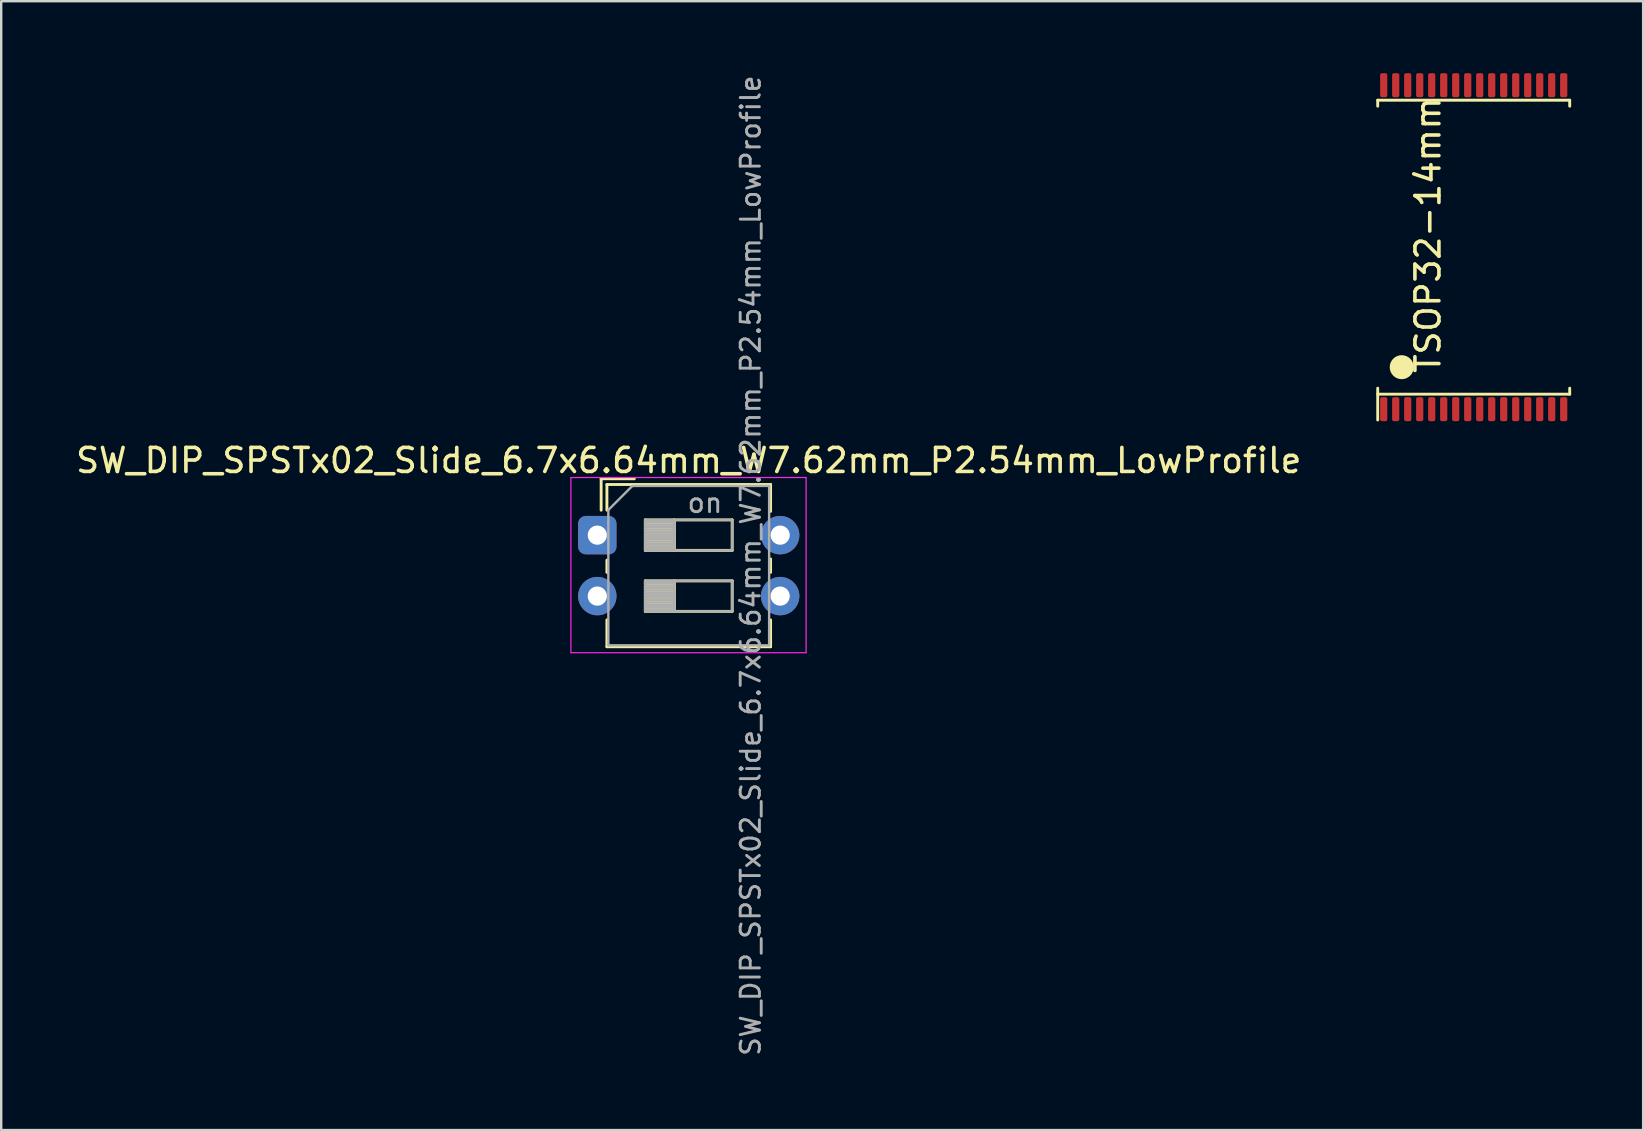
<source format=kicad_pcb>
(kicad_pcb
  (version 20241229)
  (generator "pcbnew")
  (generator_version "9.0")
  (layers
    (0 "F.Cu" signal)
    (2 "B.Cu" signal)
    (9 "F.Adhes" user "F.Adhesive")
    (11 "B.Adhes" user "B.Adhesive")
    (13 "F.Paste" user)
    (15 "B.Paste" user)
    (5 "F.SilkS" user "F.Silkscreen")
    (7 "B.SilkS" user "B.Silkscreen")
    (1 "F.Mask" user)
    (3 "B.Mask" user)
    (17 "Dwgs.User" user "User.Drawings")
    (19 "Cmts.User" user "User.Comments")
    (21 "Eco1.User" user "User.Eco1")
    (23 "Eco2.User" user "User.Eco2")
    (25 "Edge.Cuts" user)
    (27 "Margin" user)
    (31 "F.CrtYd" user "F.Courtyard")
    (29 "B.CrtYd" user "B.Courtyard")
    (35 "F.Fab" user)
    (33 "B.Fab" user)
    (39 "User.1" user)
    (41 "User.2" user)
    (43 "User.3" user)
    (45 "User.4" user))
  (footprint "TSOP32-14mm"
    (layer "F.Cu")
    (at 58.358 7.25)
    (property "Reference" "TSOP32-14mm" (at -1.905 -0.508 90) (layer "F.SilkS") (effects (font (size 1 1) (thickness 0.15))))
    (attr smd)
    (fp_line (start -4 -6.125) (end -4 -5.875) (stroke (width 0.12) (type solid)) (layer "F.SilkS"))
    (fp_line (start -4 6.125) (end 4 6.125) (stroke (width 0.12) (type solid)) (layer "F.SilkS"))
    (fp_line (start -4 7.2) (end -4 5.875) (stroke (width 0.12) (type solid)) (layer "F.SilkS"))
    (fp_line (start 4 -6.125) (end -4 -6.125) (stroke (width 0.12) (type solid)) (layer "F.SilkS"))
    (fp_line (start 4 -6.125) (end 4 -5.875) (stroke (width 0.12) (type solid)) (layer "F.SilkS"))
    (fp_line (start 4 6.125) (end 4 5.875) (stroke (width 0.12) (type solid)) (layer "F.SilkS"))
    (fp_circle (center -3 5) (end -2.75 5) (stroke (width 0.5) (type solid)) (fill no) (layer "F.SilkS"))
    (pad "1" smd roundrect (at -3.75 6.75) (size 0.3 1) (layers "F.Cu" "F.Mask" "F.Paste") (roundrect_rratio 0.25))
    (pad "2" smd roundrect (at -3.25 6.75) (size 0.3 1) (layers "F.Cu" "F.Mask" "F.Paste") (roundrect_rratio 0.25))
    (pad "3" smd roundrect (at -2.75 6.75) (size 0.3 1) (layers "F.Cu" "F.Mask" "F.Paste") (roundrect_rratio 0.25))
    (pad "4" smd roundrect (at -2.25 6.75) (size 0.3 1) (layers "F.Cu" "F.Mask" "F.Paste") (roundrect_rratio 0.25))
    (pad "5" smd roundrect (at -1.75 6.75) (size 0.3 1) (layers "F.Cu" "F.Mask" "F.Paste") (roundrect_rratio 0.25))
    (pad "6" smd roundrect (at -1.25 6.75) (size 0.3 1) (layers "F.Cu" "F.Mask" "F.Paste") (roundrect_rratio 0.25))
    (pad "7" smd roundrect (at -0.75 6.75) (size 0.3 1) (layers "F.Cu" "F.Mask" "F.Paste") (roundrect_rratio 0.25))
    (pad "8" smd roundrect (at -0.25 6.75) (size 0.3 1) (layers "F.Cu" "F.Mask" "F.Paste") (roundrect_rratio 0.25))
    (pad "9" smd roundrect (at 0.25 6.75) (size 0.3 1) (layers "F.Cu" "F.Mask" "F.Paste") (roundrect_rratio 0.25))
    (pad "10" smd roundrect (at 0.75 6.75) (size 0.3 1) (layers "F.Cu" "F.Mask" "F.Paste") (roundrect_rratio 0.25))
    (pad "11" smd roundrect (at 1.25 6.75) (size 0.3 1) (layers "F.Cu" "F.Mask" "F.Paste") (roundrect_rratio 0.25))
    (pad "12" smd roundrect (at 1.75 6.75) (size 0.3 1) (layers "F.Cu" "F.Mask" "F.Paste") (roundrect_rratio 0.25))
    (pad "13" smd roundrect (at 2.25 6.75) (size 0.3 1) (layers "F.Cu" "F.Mask" "F.Paste") (roundrect_rratio 0.25))
    (pad "14" smd roundrect (at 2.75 6.75) (size 0.3 1) (layers "F.Cu" "F.Mask" "F.Paste") (roundrect_rratio 0.25))
    (pad "15" smd roundrect (at 3.25 6.75) (size 0.3 1) (layers "F.Cu" "F.Mask" "F.Paste") (roundrect_rratio 0.25))
    (pad "16" smd roundrect (at 3.75 6.75) (size 0.3 1) (layers "F.Cu" "F.Mask" "F.Paste") (roundrect_rratio 0.25))
    (pad "17" smd roundrect (at 3.75 -6.75) (size 0.3 1) (layers "F.Cu" "F.Mask" "F.Paste") (roundrect_rratio 0.25))
    (pad "18" smd roundrect (at 3.25 -6.75) (size 0.3 1) (layers "F.Cu" "F.Mask" "F.Paste") (roundrect_rratio 0.25))
    (pad "19" smd roundrect (at 2.75 -6.75) (size 0.3 1) (layers "F.Cu" "F.Mask" "F.Paste") (roundrect_rratio 0.25))
    (pad "20" smd roundrect (at 2.25 -6.75) (size 0.3 1) (layers "F.Cu" "F.Mask" "F.Paste") (roundrect_rratio 0.25))
    (pad "21" smd roundrect (at 1.75 -6.75) (size 0.3 1) (layers "F.Cu" "F.Mask" "F.Paste") (roundrect_rratio 0.25))
    (pad "22" smd roundrect (at 1.25 -6.75) (size 0.3 1) (layers "F.Cu" "F.Mask" "F.Paste") (roundrect_rratio 0.25))
    (pad "23" smd roundrect (at 0.75 -6.75) (size 0.3 1) (layers "F.Cu" "F.Mask" "F.Paste") (roundrect_rratio 0.25))
    (pad "24" smd roundrect (at 0.25 -6.75) (size 0.3 1) (layers "F.Cu" "F.Mask" "F.Paste") (roundrect_rratio 0.25))
    (pad "25" smd roundrect (at -0.25 -6.75) (size 0.3 1) (layers "F.Cu" "F.Mask" "F.Paste") (roundrect_rratio 0.25))
    (pad "26" smd roundrect (at -0.75 -6.75) (size 0.3 1) (layers "F.Cu" "F.Mask" "F.Paste") (roundrect_rratio 0.25))
    (pad "27" smd roundrect (at -1.25 -6.75) (size 0.3 1) (layers "F.Cu" "F.Mask" "F.Paste") (roundrect_rratio 0.25))
    (pad "28" smd roundrect (at -1.75 -6.75) (size 0.3 1) (layers "F.Cu" "F.Mask" "F.Paste") (roundrect_rratio 0.25))
    (pad "29" smd roundrect (at -2.25 -6.75) (size 0.3 1) (layers "F.Cu" "F.Mask" "F.Paste") (roundrect_rratio 0.25))
    (pad "30" smd roundrect (at -2.75 -6.75) (size 0.3 1) (layers "F.Cu" "F.Mask" "F.Paste") (roundrect_rratio 0.25))
    (pad "31" smd roundrect (at -3.25 -6.75) (size 0.3 1) (layers "F.Cu" "F.Mask" "F.Paste") (roundrect_rratio 0.25))
    (pad "32" smd roundrect (at -3.75 -6.75) (size 0.3 1) (layers "F.Cu" "F.Mask" "F.Paste") (roundrect_rratio 0.25)))
  (footprint "SW_DIP_SPSTx02_Slide_6.7x6.64mm_W7.62mm_P2.54mm_LowProfile"
    (layer "F.Cu")
    (at 21.839 19.249)
    (property "Reference" "SW_DIP_SPSTx02_Slide_6.7x6.64mm_W7.62mm_P2.54mm_LowProfile" (at 3.81 -3.11 0) (layer "F.SilkS") (effects (font (size 1 1) (thickness 0.15))))
    (attr through_hole)
    (fp_line (start 0.16 -2.35) (end 0.16 -1.04) (stroke (width 0.12) (type solid)) (layer "F.SilkS"))
    (fp_line (start 0.16 -2.35) (end 1.543 -2.35) (stroke (width 0.12) (type solid)) (layer "F.SilkS"))
    (fp_line (start 0.4 -2.11) (end 0.4 -1.04) (stroke (width 0.12) (type solid)) (layer "F.SilkS"))
    (fp_line (start 0.4 -2.11) (end 7.221 -2.11) (stroke (width 0.12) (type solid)) (layer "F.SilkS"))
    (fp_line (start 0.4 1.04) (end 0.4 1.551) (stroke (width 0.12) (type solid)) (layer "F.SilkS"))
    (fp_line (start 0.4 3.53) (end 0.4 4.65) (stroke (width 0.12) (type solid)) (layer "F.SilkS"))
    (fp_line (start 0.4 4.65) (end 7.221 4.65) (stroke (width 0.12) (type solid)) (layer "F.SilkS"))
    (fp_line (start 2 -0.635) (end 2 0.635) (stroke (width 0.12) (type solid)) (layer "F.SilkS"))
    (fp_line (start 2 -0.515) (end 3.207 -0.515) (stroke (width 0.12) (type solid)) (layer "F.SilkS"))
    (fp_line (start 2 -0.395) (end 3.207 -0.395) (stroke (width 0.12) (type solid)) (layer "F.SilkS"))
    (fp_line (start 2 -0.275) (end 3.207 -0.275) (stroke (width 0.12) (type solid)) (layer "F.SilkS"))
    (fp_line (start 2 -0.155) (end 3.207 -0.155) (stroke (width 0.12) (type solid)) (layer "F.SilkS"))
    (fp_line (start 2 -0.035) (end 3.207 -0.035) (stroke (width 0.12) (type solid)) (layer "F.SilkS"))
    (fp_line (start 2 0.085) (end 3.207 0.085) (stroke (width 0.12) (type solid)) (layer "F.SilkS"))
    (fp_line (start 2 0.205) (end 3.207 0.205) (stroke (width 0.12) (type solid)) (layer "F.SilkS"))
    (fp_line (start 2 0.325) (end 3.207 0.325) (stroke (width 0.12) (type solid)) (layer "F.SilkS"))
    (fp_line (start 2 0.445) (end 3.207 0.445) (stroke (width 0.12) (type solid)) (layer "F.SilkS"))
    (fp_line (start 2 0.565) (end 3.207 0.565) (stroke (width 0.12) (type solid)) (layer "F.SilkS"))
    (fp_line (start 2 0.635) (end 5.62 0.635) (stroke (width 0.12) (type solid)) (layer "F.SilkS"))
    (fp_line (start 2 1.905) (end 2 3.175) (stroke (width 0.12) (type solid)) (layer "F.SilkS"))
    (fp_line (start 2 2.025) (end 3.207 2.025) (stroke (width 0.12) (type solid)) (layer "F.SilkS"))
    (fp_line (start 2 2.145) (end 3.207 2.145) (stroke (width 0.12) (type solid)) (layer "F.SilkS"))
    (fp_line (start 2 2.265) (end 3.207 2.265) (stroke (width 0.12) (type solid)) (layer "F.SilkS"))
    (fp_line (start 2 2.385) (end 3.207 2.385) (stroke (width 0.12) (type solid)) (layer "F.SilkS"))
    (fp_line (start 2 2.505) (end 3.207 2.505) (stroke (width 0.12) (type solid)) (layer "F.SilkS"))
    (fp_line (start 2 2.625) (end 3.207 2.625) (stroke (width 0.12) (type solid)) (layer "F.SilkS"))
    (fp_line (start 2 2.745) (end 3.207 2.745) (stroke (width 0.12) (type solid)) (layer "F.SilkS"))
    (fp_line (start 2 2.865) (end 3.207 2.865) (stroke (width 0.12) (type solid)) (layer "F.SilkS"))
    (fp_line (start 2 2.985) (end 3.207 2.985) (stroke (width 0.12) (type solid)) (layer "F.SilkS"))
    (fp_line (start 2 3.105) (end 3.207 3.105) (stroke (width 0.12) (type solid)) (layer "F.SilkS"))
    (fp_line (start 2 3.175) (end 5.62 3.175) (stroke (width 0.12) (type solid)) (layer "F.SilkS"))
    (fp_line (start 3.207 -0.635) (end 3.207 0.635) (stroke (width 0.12) (type solid)) (layer "F.SilkS"))
    (fp_line (start 3.207 1.905) (end 3.207 3.175) (stroke (width 0.12) (type solid)) (layer "F.SilkS"))
    (fp_line (start 5.62 -0.635) (end 2 -0.635) (stroke (width 0.12) (type solid)) (layer "F.SilkS"))
    (fp_line (start 5.62 0.635) (end 5.62 -0.635) (stroke (width 0.12) (type solid)) (layer "F.SilkS"))
    (fp_line (start 5.62 1.905) (end 2 1.905) (stroke (width 0.12) (type solid)) (layer "F.SilkS"))
    (fp_line (start 5.62 3.175) (end 5.62 1.905) (stroke (width 0.12) (type solid)) (layer "F.SilkS"))
    (fp_line (start 7.221 -2.11) (end 7.221 -0.99) (stroke (width 0.12) (type solid)) (layer "F.SilkS"))
    (fp_line (start 7.221 0.99) (end 7.221 1.551) (stroke (width 0.12) (type solid)) (layer "F.SilkS"))
    (fp_line (start 7.221 3.53) (end 7.221 4.65) (stroke (width 0.12) (type solid)) (layer "F.SilkS"))
    (fp_line (start -1.1 -2.4) (end -1.1 4.9) (stroke (width 0.05) (type solid)) (layer "F.CrtYd"))
    (fp_line (start -1.1 4.9) (end 8.7 4.9) (stroke (width 0.05) (type solid)) (layer "F.CrtYd"))
    (fp_line (start 8.7 -2.4) (end -1.1 -2.4) (stroke (width 0.05) (type solid)) (layer "F.CrtYd"))
    (fp_line (start 8.7 4.9) (end 8.7 -2.4) (stroke (width 0.05) (type solid)) (layer "F.CrtYd"))
    (fp_line (start 0.46 -1.05) (end 1.46 -2.05) (stroke (width 0.1) (type solid)) (layer "F.Fab"))
    (fp_line (start 0.46 4.59) (end 0.46 -1.05) (stroke (width 0.1) (type solid)) (layer "F.Fab"))
    (fp_line (start 1.46 -2.05) (end 7.16 -2.05) (stroke (width 0.1) (type solid)) (layer "F.Fab"))
    (fp_line (start 2 -0.635) (end 2 0.635) (stroke (width 0.1) (type solid)) (layer "F.Fab"))
    (fp_line (start 2 -0.535) (end 3.207 -0.535) (stroke (width 0.1) (type solid)) (layer "F.Fab"))
    (fp_line (start 2 -0.435) (end 3.207 -0.435) (stroke (width 0.1) (type solid)) (layer "F.Fab"))
    (fp_line (start 2 -0.335) (end 3.207 -0.335) (stroke (width 0.1) (type solid)) (layer "F.Fab"))
    (fp_line (start 2 -0.235) (end 3.207 -0.235) (stroke (width 0.1) (type solid)) (layer "F.Fab"))
    (fp_line (start 2 -0.135) (end 3.207 -0.135) (stroke (width 0.1) (type solid)) (layer "F.Fab"))
    (fp_line (start 2 -0.035) (end 3.207 -0.035) (stroke (width 0.1) (type solid)) (layer "F.Fab"))
    (fp_line (start 2 0.065) (end 3.207 0.065) (stroke (width 0.1) (type solid)) (layer "F.Fab"))
    (fp_line (start 2 0.165) (end 3.207 0.165) (stroke (width 0.1) (type solid)) (layer "F.Fab"))
    (fp_line (start 2 0.265) (end 3.207 0.265) (stroke (width 0.1) (type solid)) (layer "F.Fab"))
    (fp_line (start 2 0.365) (end 3.207 0.365) (stroke (width 0.1) (type solid)) (layer "F.Fab"))
    (fp_line (start 2 0.465) (end 3.207 0.465) (stroke (width 0.1) (type solid)) (layer "F.Fab"))
    (fp_line (start 2 0.565) (end 3.207 0.565) (stroke (width 0.1) (type solid)) (layer "F.Fab"))
    (fp_line (start 2 0.635) (end 5.62 0.635) (stroke (width 0.1) (type solid)) (layer "F.Fab"))
    (fp_line (start 2 1.905) (end 2 3.175) (stroke (width 0.1) (type solid)) (layer "F.Fab"))
    (fp_line (start 2 2.005) (end 3.207 2.005) (stroke (width 0.1) (type solid)) (layer "F.Fab"))
    (fp_line (start 2 2.105) (end 3.207 2.105) (stroke (width 0.1) (type solid)) (layer "F.Fab"))
    (fp_line (start 2 2.205) (end 3.207 2.205) (stroke (width 0.1) (type solid)) (layer "F.Fab"))
    (fp_line (start 2 2.305) (end 3.207 2.305) (stroke (width 0.1) (type solid)) (layer "F.Fab"))
    (fp_line (start 2 2.405) (end 3.207 2.405) (stroke (width 0.1) (type solid)) (layer "F.Fab"))
    (fp_line (start 2 2.505) (end 3.207 2.505) (stroke (width 0.1) (type solid)) (layer "F.Fab"))
    (fp_line (start 2 2.605) (end 3.207 2.605) (stroke (width 0.1) (type solid)) (layer "F.Fab"))
    (fp_line (start 2 2.705) (end 3.207 2.705) (stroke (width 0.1) (type solid)) (layer "F.Fab"))
    (fp_line (start 2 2.805) (end 3.207 2.805) (stroke (width 0.1) (type solid)) (layer "F.Fab"))
    (fp_line (start 2 2.905) (end 3.207 2.905) (stroke (width 0.1) (type solid)) (layer "F.Fab"))
    (fp_line (start 2 3.005) (end 3.207 3.005) (stroke (width 0.1) (type solid)) (layer "F.Fab"))
    (fp_line (start 2 3.105) (end 3.207 3.105) (stroke (width 0.1) (type solid)) (layer "F.Fab"))
    (fp_line (start 2 3.175) (end 5.62 3.175) (stroke (width 0.1) (type solid)) (layer "F.Fab"))
    (fp_line (start 3.207 -0.635) (end 3.207 0.635) (stroke (width 0.1) (type solid)) (layer "F.Fab"))
    (fp_line (start 3.207 1.905) (end 3.207 3.175) (stroke (width 0.1) (type solid)) (layer "F.Fab"))
    (fp_line (start 5.62 -0.635) (end 2 -0.635) (stroke (width 0.1) (type solid)) (layer "F.Fab"))
    (fp_line (start 5.62 0.635) (end 5.62 -0.635) (stroke (width 0.1) (type solid)) (layer "F.Fab"))
    (fp_line (start 5.62 1.905) (end 2 1.905) (stroke (width 0.1) (type solid)) (layer "F.Fab"))
    (fp_line (start 5.62 3.175) (end 5.62 1.905) (stroke (width 0.1) (type solid)) (layer "F.Fab"))
    (fp_line (start 7.16 -2.05) (end 7.16 4.59) (stroke (width 0.1) (type solid)) (layer "F.Fab"))
    (fp_line (start 7.16 4.59) (end 0.46 4.59) (stroke (width 0.1) (type solid)) (layer "F.Fab"))
    (fp_text user "${REFERENCE}" (at 6.39 1.27 90) (layer "F.Fab") (effects (font (size 0.8 0.8) (thickness 0.12))))
    (fp_text user "on" (at 4.485 -1.343 0) (layer "F.Fab") (effects (font (size 0.8 0.8) (thickness 0.12))))
    (pad "1" thru_hole roundrect (at 0 0) (size 1.6 1.6) (drill 0.8) (layers "*.Cu" "*.Mask") (roundrect_rratio 0.2))
    (pad "2" thru_hole oval (at 0 2.54) (size 1.6 1.6) (drill 0.8) (layers "*.Cu" "*.Mask"))
    (pad "3" thru_hole oval (at 7.62 2.54) (size 1.6 1.6) (drill 0.8) (layers "*.Cu" "*.Mask"))
    (pad "4" thru_hole oval (at 7.62 0) (size 1.6 1.6) (drill 0.8) (layers "*.Cu" "*.Mask")))
  (gr_rect
    (start -3 -3)
    (end 65.418 44.038)
    (stroke (width 0.1) (type default))
    (fill no)
    (layer "Edge.Cuts")))
</source>
